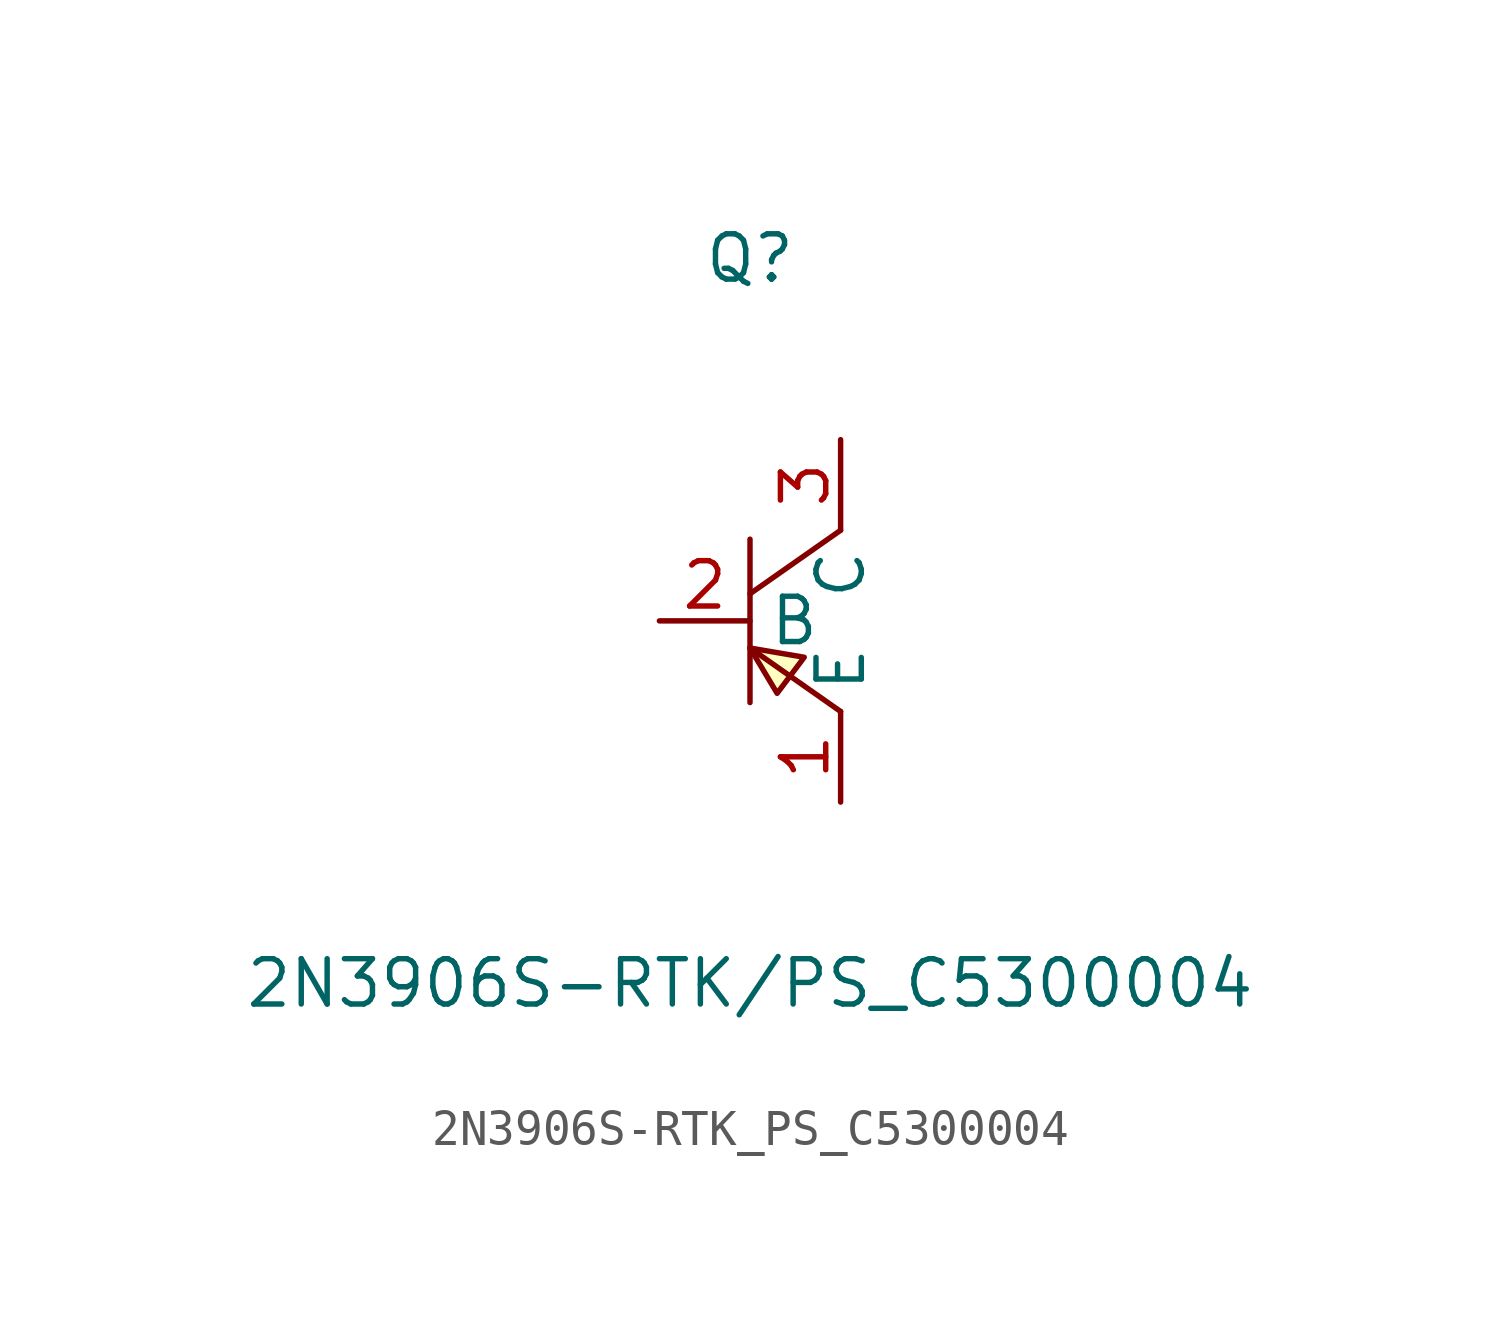
<source format=kicad_sym>
(kicad_symbol_lib
  (version 1)
  (generator "faebryk")
  (symbol "2N3906S-RTK_PS_C5300004"
    (property "Reference" "Q"
      (at 0 10.16 0)
      (effects (font (size 1.27 1.27)) (hide no)))
    (property "Value" "2N3906S-RTK/PS_C5300004"
      (at 0 -10.16 0)
      (effects (font (size 1.27 1.27)) (hide no)))
    (symbol "2N3906S-RTK_PS_C5300004_0_1"
      (polyline (stroke (width 0) (type default) (color 0 0 0 0)) (fill (type none)) (pts (xy 0 2.29) (xy 0 -2.29)))
      (polyline (stroke (width 0) (type default) (color 0 0 0 0)) (fill (type none)) (pts (xy 0 -0.76) (xy 2.54 -2.54)))
      (polyline (stroke (width 0) (type default) (color 0 0 0 0)) (fill (type none)) (pts (xy 2.54 2.54) (xy 0 0.76)))
      (polyline (stroke (width 0) (type default) (color 0 0 0 0)) (fill (type background)) (pts (xy 0 -0.76) (xy 0.76 -2.03) (xy 1.52 -1.02) (xy 0 -0.76)))
      (pin input line (at 2.54 -5.08 90) (length 2.54) (name "E" (effects (font (size 1.27 1.27)) (hide no))) (number "1" (effects (font (size 1.27 1.27)) (hide no))))
      (pin input line (at 2.54 5.08 270) (length 2.54) (name "C" (effects (font (size 1.27 1.27)) (hide no))) (number "3" (effects (font (size 1.27 1.27)) (hide no))))
      (pin input line (at -2.54 0 0) (length 2.54) (name "B" (effects (font (size 1.27 1.27)) (hide no))) (number "2" (effects (font (size 1.27 1.27)) (hide no)))))))
</source>
